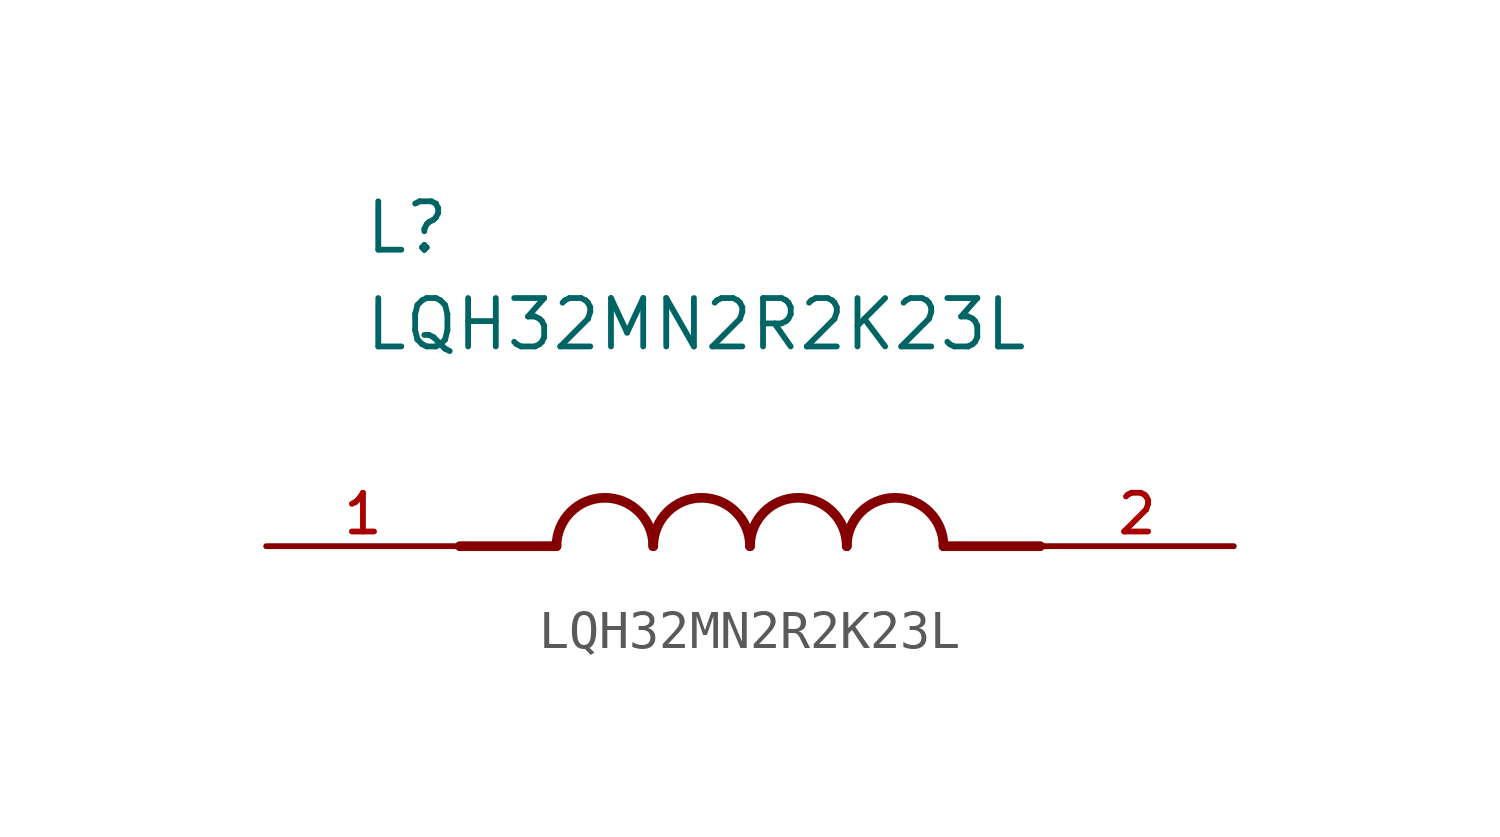
<source format=kicad_sym>
(kicad_symbol_lib
  (version 20211014)
  (generator kicad_symbol_editor)
  (symbol "LQH32MN2R2K23L"
    (pin_names
      (offset 1.016))
    (property "Reference" "L"
      (at -10.16 7.62 0)
      (effects (font (size 1.27 1.27)) (justify bottom left)))
    (property "Value" "LQH32MN2R2K23L"
      (at -10.16 5.08 0)
      (effects (font (size 1.27 1.27)) (justify bottom left)))
    (symbol "LQH32MN2R2K23L_0_0"
      (polyline (pts (xy -5.08 0.0) (xy -7.62 0.0)) (stroke (width 0.254)))
      (polyline (pts (xy 5.08 0.0) (xy 7.62 0.0)) (stroke (width 0.254)))
      (arc (start -2.54 0.0) (mid -3.81 1.27) (end -5.08 0.0) (stroke (width 0.254) (type default) (color 0 0 0 0)) (fill (type none)))
      (arc (start 0.0 0.0) (mid -1.27 1.27) (end -2.54 0.0) (stroke (width 0.254) (type default) (color 0 0 0 0)) (fill (type none)))
      (arc (start 2.54 0.0) (mid 1.27 1.27) (end 0.0 0.0) (stroke (width 0.254) (type default) (color 0 0 0 0)) (fill (type none)))
      (arc (start 5.08 0.0) (mid 3.81 1.27) (end 2.54 0.0) (stroke (width 0.254) (type default) (color 0 0 0 0)) (fill (type none)))
      (pin passive line (at -12.7 0.0 0) (length 5.08) (name "~" (effects (font (size 1.016 1.016)))) (number "1" (effects (font (size 1.016 1.016)))))
      (pin passive line (at 12.7 0.0 180.0) (length 5.08) (name "~" (effects (font (size 1.016 1.016)))) (number "2" (effects (font (size 1.016 1.016))))))))
</source>
